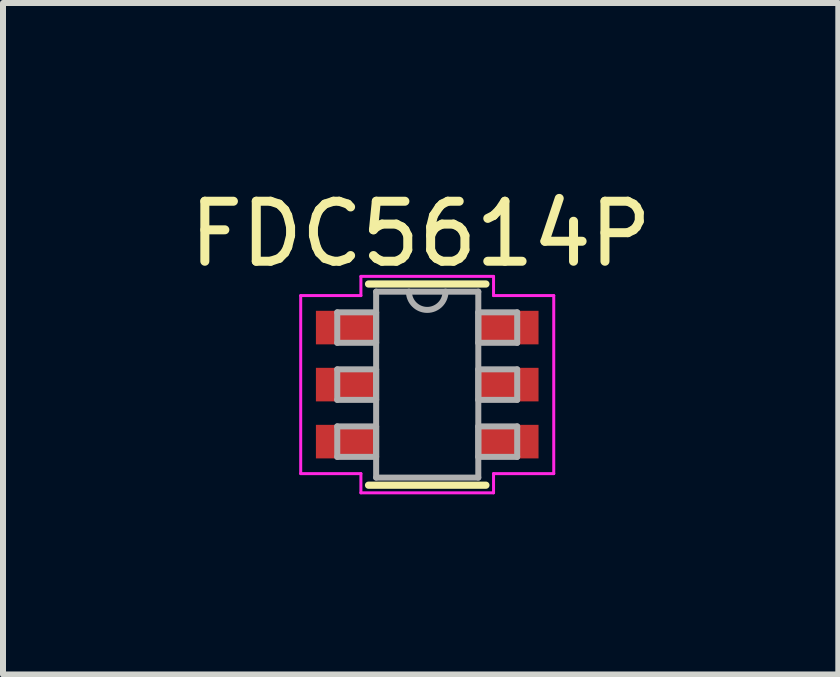
<source format=kicad_pcb>
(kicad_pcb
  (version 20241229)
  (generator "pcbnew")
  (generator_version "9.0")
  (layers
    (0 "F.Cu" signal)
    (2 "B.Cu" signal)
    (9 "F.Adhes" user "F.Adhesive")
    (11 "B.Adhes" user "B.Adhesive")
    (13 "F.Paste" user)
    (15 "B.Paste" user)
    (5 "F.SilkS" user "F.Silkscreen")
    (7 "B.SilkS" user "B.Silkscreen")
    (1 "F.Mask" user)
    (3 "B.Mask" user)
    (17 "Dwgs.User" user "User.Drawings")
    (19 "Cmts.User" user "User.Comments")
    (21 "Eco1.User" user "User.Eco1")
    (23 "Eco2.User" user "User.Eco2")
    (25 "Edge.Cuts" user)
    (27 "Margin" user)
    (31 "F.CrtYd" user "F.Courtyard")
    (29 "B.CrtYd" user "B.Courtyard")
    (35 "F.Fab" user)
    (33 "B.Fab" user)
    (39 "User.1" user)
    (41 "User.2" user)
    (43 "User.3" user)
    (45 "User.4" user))
  (footprint "FDC5614P"
    (layer "F.Cu")
    (at 4.068 3.358)
    (property "Reference" "FDC5614P" (at -0.11 -2.51 0) (layer "F.SilkS") (effects (font (size 1 1) (thickness 0.15))))
    (attr smd)
    (fp_line (start -0.978 1.676) (end 0.978 1.676) (stroke (width 0.12) (type solid)) (layer "F.SilkS"))
    (fp_line (start 0.978 -1.676) (end -0.978 -1.676) (stroke (width 0.12) (type solid)) (layer "F.SilkS"))
    (fp_line (start -2.108 -1.483) (end -1.105 -1.483) (stroke (width 0.05) (type solid)) (layer "F.CrtYd"))
    (fp_line (start -2.108 1.483) (end -2.108 -1.483) (stroke (width 0.05) (type solid)) (layer "F.CrtYd"))
    (fp_line (start -2.108 1.483) (end -1.105 1.483) (stroke (width 0.05) (type solid)) (layer "F.CrtYd"))
    (fp_line (start -1.105 -1.803) (end 1.105 -1.803) (stroke (width 0.05) (type solid)) (layer "F.CrtYd"))
    (fp_line (start -1.105 -1.483) (end -1.105 -1.803) (stroke (width 0.05) (type solid)) (layer "F.CrtYd"))
    (fp_line (start -1.105 1.803) (end -1.105 1.483) (stroke (width 0.05) (type solid)) (layer "F.CrtYd"))
    (fp_line (start 1.105 -1.803) (end 1.105 -1.483) (stroke (width 0.05) (type solid)) (layer "F.CrtYd"))
    (fp_line (start 1.105 1.483) (end 1.105 1.803) (stroke (width 0.05) (type solid)) (layer "F.CrtYd"))
    (fp_line (start 1.105 1.803) (end -1.105 1.803) (stroke (width 0.05) (type solid)) (layer "F.CrtYd"))
    (fp_line (start 2.108 -1.483) (end 1.105 -1.483) (stroke (width 0.05) (type solid)) (layer "F.CrtYd"))
    (fp_line (start 2.108 -1.483) (end 2.108 1.483) (stroke (width 0.05) (type solid)) (layer "F.CrtYd"))
    (fp_line (start 2.108 1.483) (end 1.105 1.483) (stroke (width 0.05) (type solid)) (layer "F.CrtYd"))
    (fp_line (start -1.499 -1.204) (end -1.499 -0.696) (stroke (width 0.1) (type solid)) (layer "F.Fab"))
    (fp_line (start -1.499 -0.696) (end -0.851 -0.696) (stroke (width 0.1) (type solid)) (layer "F.Fab"))
    (fp_line (start -1.499 -0.254) (end -1.499 0.254) (stroke (width 0.1) (type solid)) (layer "F.Fab"))
    (fp_line (start -1.499 0.254) (end -0.851 0.254) (stroke (width 0.1) (type solid)) (layer "F.Fab"))
    (fp_line (start -1.499 0.696) (end -1.499 1.204) (stroke (width 0.1) (type solid)) (layer "F.Fab"))
    (fp_line (start -1.499 1.204) (end -0.851 1.204) (stroke (width 0.1) (type solid)) (layer "F.Fab"))
    (fp_line (start -0.851 -1.549) (end -0.851 1.549) (stroke (width 0.1) (type solid)) (layer "F.Fab"))
    (fp_line (start -0.851 -1.204) (end -1.499 -1.204) (stroke (width 0.1) (type solid)) (layer "F.Fab"))
    (fp_line (start -0.851 -0.696) (end -0.851 -1.204) (stroke (width 0.1) (type solid)) (layer "F.Fab"))
    (fp_line (start -0.851 -0.254) (end -1.499 -0.254) (stroke (width 0.1) (type solid)) (layer "F.Fab"))
    (fp_line (start -0.851 0.254) (end -0.851 -0.254) (stroke (width 0.1) (type solid)) (layer "F.Fab"))
    (fp_line (start -0.851 0.696) (end -1.499 0.696) (stroke (width 0.1) (type solid)) (layer "F.Fab"))
    (fp_line (start -0.851 1.204) (end -0.851 0.696) (stroke (width 0.1) (type solid)) (layer "F.Fab"))
    (fp_line (start -0.851 1.549) (end 0.851 1.549) (stroke (width 0.1) (type solid)) (layer "F.Fab"))
    (fp_line (start 0.851 -1.549) (end -0.851 -1.549) (stroke (width 0.1) (type solid)) (layer "F.Fab"))
    (fp_line (start 0.851 -1.204) (end 0.851 -0.696) (stroke (width 0.1) (type solid)) (layer "F.Fab"))
    (fp_line (start 0.851 -0.696) (end 1.499 -0.696) (stroke (width 0.1) (type solid)) (layer "F.Fab"))
    (fp_line (start 0.851 -0.254) (end 0.851 0.254) (stroke (width 0.1) (type solid)) (layer "F.Fab"))
    (fp_line (start 0.851 0.254) (end 1.499 0.254) (stroke (width 0.1) (type solid)) (layer "F.Fab"))
    (fp_line (start 0.851 0.696) (end 0.851 1.204) (stroke (width 0.1) (type solid)) (layer "F.Fab"))
    (fp_line (start 0.851 1.204) (end 1.499 1.204) (stroke (width 0.1) (type solid)) (layer "F.Fab"))
    (fp_line (start 0.851 1.549) (end 0.851 -1.549) (stroke (width 0.1) (type solid)) (layer "F.Fab"))
    (fp_line (start 1.499 -1.204) (end 0.851 -1.204) (stroke (width 0.1) (type solid)) (layer "F.Fab"))
    (fp_line (start 1.499 -0.696) (end 1.499 -1.204) (stroke (width 0.1) (type solid)) (layer "F.Fab"))
    (fp_line (start 1.499 -0.254) (end 0.851 -0.254) (stroke (width 0.1) (type solid)) (layer "F.Fab"))
    (fp_line (start 1.499 0.254) (end 1.499 -0.254) (stroke (width 0.1) (type solid)) (layer "F.Fab"))
    (fp_line (start 1.499 0.696) (end 0.851 0.696) (stroke (width 0.1) (type solid)) (layer "F.Fab"))
    (fp_line (start 1.499 1.204) (end 1.499 0.696) (stroke (width 0.1) (type solid)) (layer "F.Fab"))
    (fp_arc (start 0.3048 -1.5494) (mid 0 -1.2446) (end -0.3048 -1.5494) (stroke (width 0.1) (type solid)) (layer "F.Fab"))
    (pad "1" smd rect (at -1.353 -0.95) (size 1.003 0.559) (layers "F.Cu" "F.Mask" "F.Paste"))
    (pad "2" smd rect (at -1.353 0) (size 1.003 0.559) (layers "F.Cu" "F.Mask" "F.Paste"))
    (pad "3" smd rect (at -1.353 0.95) (size 1.003 0.559) (layers "F.Cu" "F.Mask" "F.Paste"))
    (pad "4" smd rect (at 1.353 0.95) (size 1.003 0.559) (layers "F.Cu" "F.Mask" "F.Paste"))
    (pad "5" smd rect (at 1.353 0) (size 1.003 0.559) (layers "F.Cu" "F.Mask" "F.Paste"))
    (pad "6" smd rect (at 1.353 -0.95) (size 1.003 0.559) (layers "F.Cu" "F.Mask" "F.Paste")))
  (gr_rect
    (start -3 -3)
    (end 10.917 8.187)
    (stroke (width 0.1) (type default))
    (fill no)
    (layer "Edge.Cuts")))
</source>
